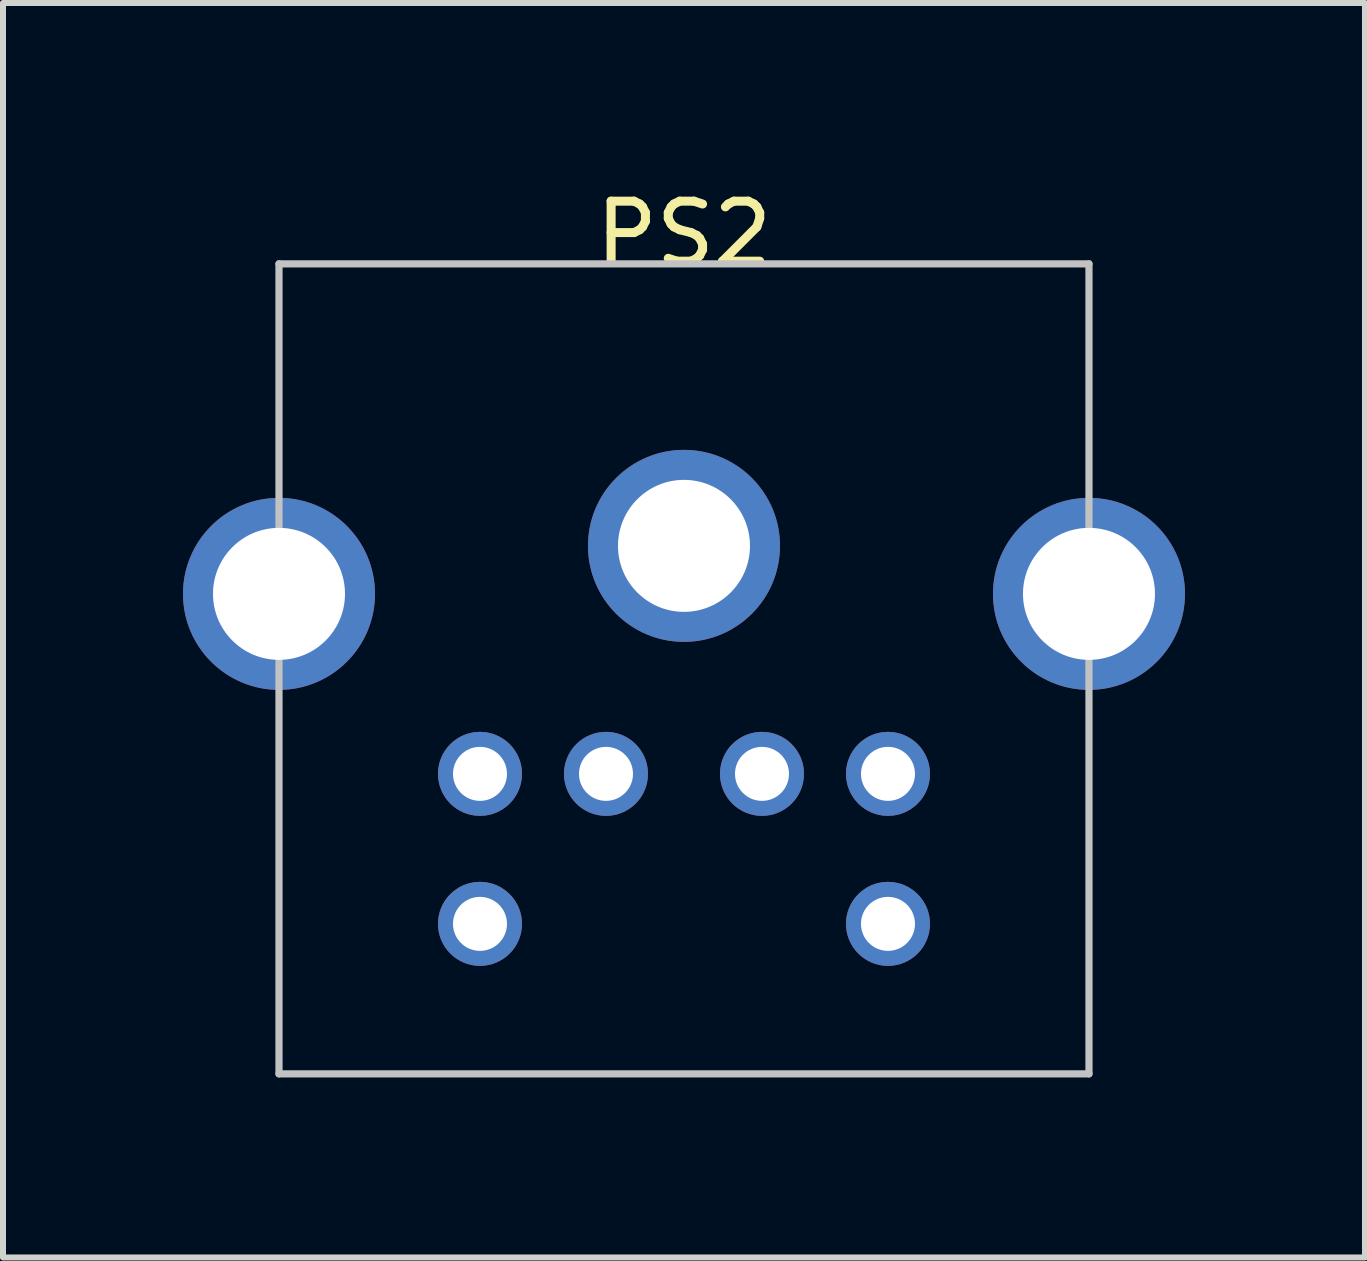
<source format=kicad_pcb>
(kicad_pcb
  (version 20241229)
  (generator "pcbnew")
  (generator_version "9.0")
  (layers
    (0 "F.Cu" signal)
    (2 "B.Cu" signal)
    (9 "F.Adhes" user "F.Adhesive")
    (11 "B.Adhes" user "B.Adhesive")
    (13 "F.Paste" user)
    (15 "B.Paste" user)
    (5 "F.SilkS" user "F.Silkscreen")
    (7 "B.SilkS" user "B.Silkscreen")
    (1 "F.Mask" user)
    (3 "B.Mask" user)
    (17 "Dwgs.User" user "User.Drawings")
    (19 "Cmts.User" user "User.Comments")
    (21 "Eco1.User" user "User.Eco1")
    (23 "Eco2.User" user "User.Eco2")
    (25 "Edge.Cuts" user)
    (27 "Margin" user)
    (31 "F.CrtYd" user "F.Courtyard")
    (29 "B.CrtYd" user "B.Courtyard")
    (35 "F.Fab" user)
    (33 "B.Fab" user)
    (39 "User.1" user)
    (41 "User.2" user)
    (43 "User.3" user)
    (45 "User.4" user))
  (footprint "PS2"
    (layer "F.Cu")
    (at 8.35 1.348)
    (property "Reference" "PS2" (at 0 -0.5 0) (unlocked yes) (layer "F.SilkS") (effects (font (size 1 1) (thickness 0.15))))
    (attr through_hole)
    (fp_line (start -6.75 0) (end 6.75 0) (stroke (width 0.12) (type default)) (layer "Dwgs.User"))
    (fp_line (start -6.75 13.5) (end -6.75 0) (stroke (width 0.12) (type default)) (layer "Dwgs.User"))
    (fp_line (start 6.75 0) (end 6.75 13.5) (stroke (width 0.12) (type default)) (layer "Dwgs.User"))
    (fp_line (start 6.75 13.5) (end -6.75 13.5) (stroke (width 0.12) (type default)) (layer "Dwgs.User"))
    (pad "" thru_hole circle (at -6.75 5.5) (size 3.2 3.2) (drill 2.2) (layers "*.Cu" "*.Mask"))
    (pad "" thru_hole circle (at 0 4.7) (size 3.2 3.2) (drill 2.2) (layers "*.Cu" "*.Mask"))
    (pad "" thru_hole circle (at 6.75 5.5 90) (size 3.2 3.2) (drill 2.2) (layers "*.Cu" "*.Mask"))
    (pad "1" thru_hole circle (at 1.3 8.5) (size 1.4 1.4) (drill 0.9) (layers "*.Cu" "*.Mask"))
    (pad "2" thru_hole circle (at -1.3 8.5) (size 1.4 1.4) (drill 0.9) (layers "*.Cu" "*.Mask"))
    (pad "3" thru_hole circle (at 3.4 8.5) (size 1.4 1.4) (drill 0.9) (layers "*.Cu" "*.Mask"))
    (pad "4" thru_hole circle (at -3.4 8.5) (size 1.4 1.4) (drill 0.9) (layers "*.Cu" "*.Mask"))
    (pad "5" thru_hole circle (at 3.4 11) (size 1.4 1.4) (drill 0.9) (layers "*.Cu" "*.Mask"))
    (pad "6" thru_hole circle (at -3.4 11) (size 1.4 1.4) (drill 0.9) (layers "*.Cu" "*.Mask")))
  (gr_rect
    (start -3 -3)
    (end 19.7 17.908)
    (stroke (width 0.1) (type default))
    (fill no)
    (layer "Edge.Cuts")))
</source>
